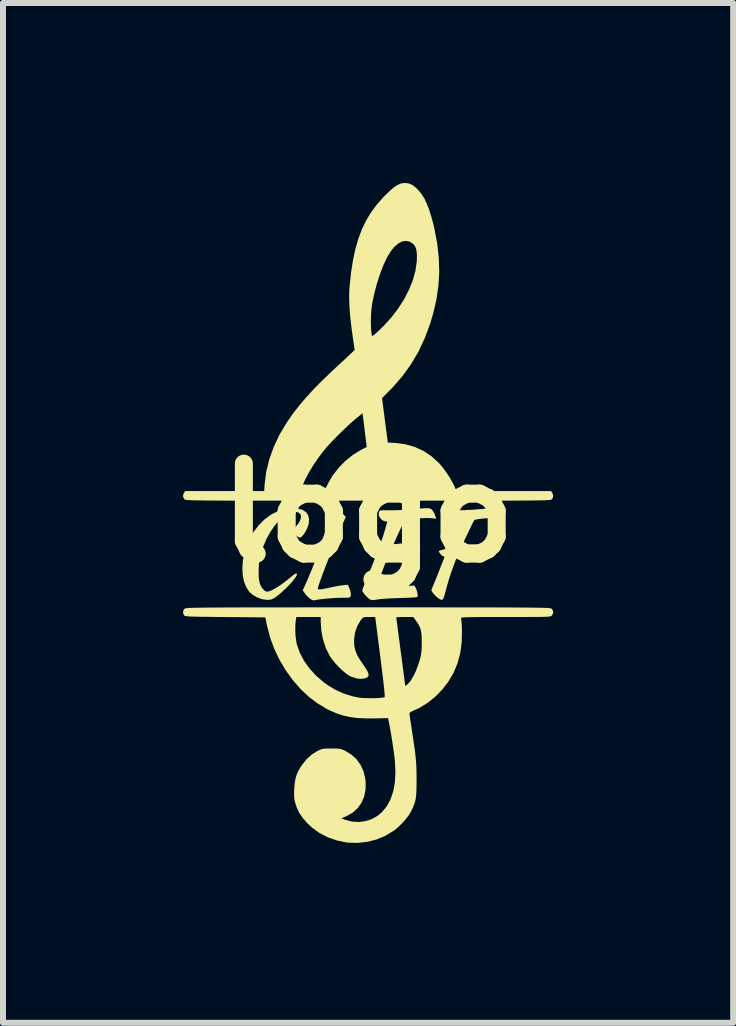
<source format=kicad_pcb>
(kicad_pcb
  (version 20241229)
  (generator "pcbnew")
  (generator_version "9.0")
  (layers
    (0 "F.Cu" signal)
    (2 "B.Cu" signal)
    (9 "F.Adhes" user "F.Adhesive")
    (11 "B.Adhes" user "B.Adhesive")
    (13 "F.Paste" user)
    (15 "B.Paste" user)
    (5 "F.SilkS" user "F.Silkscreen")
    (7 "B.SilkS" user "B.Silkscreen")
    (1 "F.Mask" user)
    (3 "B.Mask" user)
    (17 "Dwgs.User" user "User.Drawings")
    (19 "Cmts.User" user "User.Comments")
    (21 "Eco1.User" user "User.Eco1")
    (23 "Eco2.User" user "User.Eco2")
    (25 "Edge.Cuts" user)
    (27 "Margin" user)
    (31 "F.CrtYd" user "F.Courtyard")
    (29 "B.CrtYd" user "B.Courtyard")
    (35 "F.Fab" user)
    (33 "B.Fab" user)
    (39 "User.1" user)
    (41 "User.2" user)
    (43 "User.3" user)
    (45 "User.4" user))
  (footprint "logo"
    (layer "F.Cu")
    (at 3.086 5.5)
    (property "Reference" "logo" (at 0 0 0) (layer "F.SilkS") (effects (font (size 1.5 1.5) (thickness 0.3))))
    (attr board_only exclude_from_pos_files exclude_from_bom)
    (fp_poly (pts (xy -0.555 -0.084) (xy -0.514 -0.063) (xy -0.47 -0.032) (xy -0.429 0.004) (xy -0.412 0.022) (xy -0.372 0.067) (xy -0.428 0.194) (xy -0.458 0.262) (xy -0.492 0.343) (xy -0.529 0.433) (xy -0.568 0.53) (xy -0.608 0.631) (xy -0.648 0.734) (xy -0.687 0.834) (xy -0.724 0.931) (xy -0.758 1.02) (xy -0.787 1.1) (xy -0.811 1.167) (xy -0.828 1.218) (xy -0.838 1.251) (xy -0.84 1.261) (xy -0.834 1.271) (xy -0.815 1.275) (xy -0.781 1.273) (xy -0.729 1.264) (xy -0.657 1.249) (xy -0.622 1.241) (xy -0.565 1.229) (xy -0.507 1.218) (xy -0.459 1.21) (xy -0.456 1.21) (xy -0.413 1.205) (xy -0.377 1.2) (xy -0.363 1.197) (xy -0.343 1.199) (xy -0.328 1.217) (xy -0.318 1.238) (xy -0.295 1.304) (xy -0.288 1.356) (xy -0.291 1.383) (xy -0.295 1.396) (xy -0.302 1.405) (xy -0.317 1.41) (xy -0.344 1.413) (xy -0.387 1.414) (xy -0.445 1.414) (xy -0.505 1.415) (xy -0.577 1.419) (xy -0.653 1.425) (xy -0.729 1.432) (xy -0.799 1.44) (xy -0.856 1.448) (xy -0.896 1.456) (xy -0.902 1.458) (xy -0.923 1.454) (xy -0.954 1.439) (xy -0.97 1.428) (xy -1.008 1.395) (xy -1.045 1.355) (xy -1.054 1.342) (xy -1.09 1.291) (xy -1.027 1.152) (xy -0.929 0.92) (xy -0.838 0.682) (xy -0.757 0.445) (xy -0.689 0.215) (xy -0.659 0.102) (xy -0.641 0.029) (xy -0.627 -0.023) (xy -0.616 -0.058) (xy -0.606 -0.079) (xy -0.597 -0.09) (xy -0.587 -0.093) (xy -0.586 -0.093)) (stroke (width 0) (type solid)) (fill yes) (layer "F.SilkS"))
    (fp_poly (pts (xy -1.163 -0.072) (xy -1.089 -0.049) (xy -1.034 -0.012) (xy -0.999 0.039) (xy -0.984 0.103) (xy -0.99 0.179) (xy -0.995 0.198) (xy -1.012 0.247) (xy -1.036 0.298) (xy -1.065 0.345) (xy -1.095 0.383) (xy -1.121 0.407) (xy -1.132 0.411) (xy -1.159 0.405) (xy -1.192 0.384) (xy -1.224 0.355) (xy -1.246 0.324) (xy -1.248 0.318) (xy -1.252 0.3) (xy -1.247 0.281) (xy -1.23 0.257) (xy -1.198 0.22) (xy -1.152 0.161) (xy -1.126 0.106) (xy -1.118 0.059) (xy -1.128 0.021) (xy -1.156 -0.005) (xy -1.201 -0.017) (xy -1.256 -0.013) (xy -1.333 0.013) (xy -1.41 0.062) (xy -1.486 0.13) (xy -1.56 0.215) (xy -1.629 0.316) (xy -1.692 0.429) (xy -1.746 0.553) (xy -1.785 0.668) (xy -1.802 0.734) (xy -1.814 0.8) (xy -1.821 0.875) (xy -1.824 0.933) (xy -1.825 1.034) (xy -1.819 1.114) (xy -1.805 1.178) (xy -1.782 1.23) (xy -1.749 1.272) (xy -1.746 1.276) (xy -1.717 1.302) (xy -1.694 1.312) (xy -1.668 1.311) (xy -1.664 1.31) (xy -1.617 1.294) (xy -1.557 1.263) (xy -1.487 1.22) (xy -1.41 1.166) (xy -1.331 1.104) (xy -1.324 1.098) (xy -1.273 1.056) (xy -1.237 1.028) (xy -1.213 1.013) (xy -1.198 1.008) (xy -1.19 1.012) (xy -1.187 1.016) (xy -1.189 1.037) (xy -1.207 1.07) (xy -1.239 1.113) (xy -1.281 1.163) (xy -1.331 1.217) (xy -1.387 1.272) (xy -1.444 1.325) (xy -1.501 1.373) (xy -1.555 1.413) (xy -1.562 1.418) (xy -1.615 1.443) (xy -1.678 1.45) (xy -1.753 1.44) (xy -1.781 1.433) (xy -1.855 1.405) (xy -1.923 1.365) (xy -1.977 1.318) (xy -1.983 1.312) (xy -2.034 1.233) (xy -2.071 1.137) (xy -2.091 1.03) (xy -2.096 0.913) (xy -2.087 0.79) (xy -2.062 0.665) (xy -2.023 0.54) (xy -1.969 0.419) (xy -1.909 0.316) (xy -1.819 0.2) (xy -1.719 0.101) (xy -1.611 0.023) (xy -1.495 -0.034) (xy -1.376 -0.069) (xy -1.256 -0.08)) (stroke (width 0) (type solid)) (fill yes) (layer "F.SilkS"))
    (fp_poly (pts (xy 2.144 -0.078) (xy 2.165 -0.073) (xy 2.179 -0.066) (xy 2.191 -0.057) (xy 2.195 -0.052) (xy 2.216 -0.024) (xy 2.237 0.014) (xy 2.253 0.052) (xy 2.26 0.08) (xy 2.26 0.08) (xy 2.248 0.087) (xy 2.212 0.088) (xy 2.164 0.085) (xy 2.112 0.083) (xy 2.051 0.084) (xy 1.985 0.088) (xy 1.919 0.093) (xy 1.859 0.1) (xy 1.811 0.108) (xy 1.778 0.116) (xy 1.769 0.121) (xy 1.761 0.135) (xy 1.744 0.167) (xy 1.722 0.212) (xy 1.695 0.267) (xy 1.667 0.326) (xy 1.638 0.386) (xy 1.612 0.441) (xy 1.591 0.489) (xy 1.575 0.523) (xy 1.568 0.541) (xy 1.568 0.542) (xy 1.579 0.542) (xy 1.607 0.539) (xy 1.627 0.536) (xy 1.669 0.531) (xy 1.725 0.527) (xy 1.781 0.526) (xy 1.782 0.526) (xy 1.832 0.526) (xy 1.865 0.529) (xy 1.886 0.537) (xy 1.904 0.551) (xy 1.908 0.555) (xy 1.939 0.601) (xy 1.95 0.653) (xy 1.946 0.678) (xy 1.941 0.693) (xy 1.932 0.701) (xy 1.913 0.705) (xy 1.878 0.704) (xy 1.843 0.702) (xy 1.762 0.702) (xy 1.667 0.711) (xy 1.612 0.719) (xy 1.477 0.741) (xy 1.411 0.918) (xy 1.382 1) (xy 1.351 1.094) (xy 1.323 1.188) (xy 1.3 1.271) (xy 1.299 1.273) (xy 1.281 1.346) (xy 1.266 1.397) (xy 1.252 1.43) (xy 1.239 1.446) (xy 1.222 1.449) (xy 1.202 1.441) (xy 1.178 1.428) (xy 1.149 1.406) (xy 1.118 1.376) (xy 1.088 1.343) (xy 1.065 1.312) (xy 1.054 1.29) (xy 1.054 1.285) (xy 1.076 1.233) (xy 1.102 1.17) (xy 1.13 1.101) (xy 1.159 1.028) (xy 1.187 0.956) (xy 1.214 0.888) (xy 1.237 0.829) (xy 1.256 0.781) (xy 1.268 0.748) (xy 1.272 0.735) (xy 1.262 0.724) (xy 1.254 0.722) (xy 1.236 0.714) (xy 1.214 0.693) (xy 1.193 0.668) (xy 1.18 0.646) (xy 1.179 0.636) (xy 1.194 0.627) (xy 1.225 0.617) (xy 1.254 0.61) (xy 1.293 0.599) (xy 1.323 0.588) (xy 1.333 0.581) (xy 1.341 0.564) (xy 1.355 0.529) (xy 1.373 0.48) (xy 1.392 0.422) (xy 1.413 0.361) (xy 1.432 0.302) (xy 1.448 0.249) (xy 1.459 0.209) (xy 1.463 0.19) (xy 1.467 0.162) (xy 1.462 0.148) (xy 1.44 0.141) (xy 1.42 0.137) (xy 1.366 0.119) (xy 1.329 0.087) (xy 1.31 0.043) (xy 1.309 0.026) (xy 1.309 -0.005) (xy 1.314 -0.026) (xy 1.326 -0.039) (xy 1.35 -0.045) (xy 1.389 -0.047) (xy 1.448 -0.046) (xy 1.467 -0.045) (xy 1.53 -0.045) (xy 1.609 -0.047) (xy 1.698 -0.051) (xy 1.787 -0.056) (xy 1.841 -0.061) (xy 1.939 -0.069) (xy 2.014 -0.075) (xy 2.072 -0.078) (xy 2.114 -0.079)) (stroke (width 0) (type solid)) (fill yes) (layer "F.SilkS"))
    (fp_poly (pts (xy 1.023 -0.076) (xy 1.042 -0.07) (xy 1.055 -0.061) (xy 1.068 -0.049) (xy 1.09 -0.017) (xy 1.111 0.025) (xy 1.116 0.039) (xy 1.136 0.096) (xy 1.05 0.087) (xy 1.002 0.085) (xy 0.94 0.086) (xy 0.872 0.089) (xy 0.802 0.094) (xy 0.736 0.101) (xy 0.681 0.109) (xy 0.641 0.118) (xy 0.63 0.122) (xy 0.615 0.134) (xy 0.597 0.158) (xy 0.574 0.198) (xy 0.545 0.257) (xy 0.511 0.327) (xy 0.482 0.39) (xy 0.458 0.445) (xy 0.439 0.487) (xy 0.428 0.514) (xy 0.425 0.521) (xy 0.437 0.521) (xy 0.469 0.518) (xy 0.514 0.514) (xy 0.546 0.51) (xy 0.617 0.504) (xy 0.669 0.503) (xy 0.707 0.509) (xy 0.737 0.523) (xy 0.76 0.543) (xy 0.781 0.572) (xy 0.79 0.61) (xy 0.79 0.629) (xy 0.79 0.685) (xy 0.676 0.686) (xy 0.616 0.687) (xy 0.551 0.692) (xy 0.486 0.698) (xy 0.427 0.706) (xy 0.378 0.715) (xy 0.345 0.724) (xy 0.334 0.73) (xy 0.326 0.745) (xy 0.312 0.778) (xy 0.292 0.826) (xy 0.269 0.883) (xy 0.262 0.901) (xy 0.221 1.011) (xy 0.189 1.105) (xy 0.166 1.18) (xy 0.152 1.237) (xy 0.148 1.274) (xy 0.155 1.29) (xy 0.157 1.29) (xy 0.172 1.288) (xy 0.207 1.283) (xy 0.257 1.275) (xy 0.318 1.265) (xy 0.352 1.26) (xy 0.429 1.248) (xy 0.509 1.236) (xy 0.583 1.227) (xy 0.643 1.22) (xy 0.653 1.219) (xy 0.769 1.209) (xy 0.792 1.246) (xy 0.807 1.28) (xy 0.819 1.321) (xy 0.825 1.361) (xy 0.824 1.391) (xy 0.82 1.401) (xy 0.805 1.404) (xy 0.769 1.408) (xy 0.715 1.411) (xy 0.648 1.414) (xy 0.571 1.417) (xy 0.531 1.418) (xy 0.444 1.421) (xy 0.358 1.425) (xy 0.28 1.43) (xy 0.215 1.435) (xy 0.167 1.44) (xy 0.157 1.442) (xy 0.108 1.45) (xy 0.075 1.453) (xy 0.053 1.45) (xy 0.033 1.442) (xy 0.027 1.438) (xy -0.001 1.417) (xy -0.033 1.386) (xy -0.063 1.352) (xy -0.087 1.32) (xy -0.098 1.298) (xy -0.099 1.295) (xy -0.094 1.279) (xy -0.082 1.244) (xy -0.063 1.194) (xy -0.039 1.135) (xy -0.021 1.09) (xy 0.022 0.987) (xy 0.056 0.905) (xy 0.081 0.841) (xy 0.1 0.793) (xy 0.111 0.758) (xy 0.118 0.735) (xy 0.119 0.721) (xy 0.116 0.715) (xy 0.113 0.713) (xy 0.089 0.699) (xy 0.061 0.676) (xy 0.037 0.652) (xy 0.025 0.632) (xy 0.025 0.629) (xy 0.035 0.618) (xy 0.063 0.604) (xy 0.098 0.59) (xy 0.135 0.579) (xy 0.166 0.574) (xy 0.168 0.574) (xy 0.179 0.563) (xy 0.195 0.532) (xy 0.215 0.484) (xy 0.237 0.425) (xy 0.259 0.357) (xy 0.281 0.284) (xy 0.29 0.25) (xy 0.319 0.142) (xy 0.29 0.142) (xy 0.256 0.132) (xy 0.22 0.106) (xy 0.192 0.073) (xy 0.179 0.045) (xy 0.177 0.009) (xy 0.182 -0.017) (xy 0.187 -0.028) (xy 0.195 -0.036) (xy 0.21 -0.041) (xy 0.236 -0.044) (xy 0.277 -0.045) (xy 0.336 -0.045) (xy 0.371 -0.044) (xy 0.452 -0.045) (xy 0.547 -0.048) (xy 0.644 -0.053) (xy 0.733 -0.06) (xy 0.747 -0.061) (xy 0.838 -0.07) (xy 0.908 -0.076) (xy 0.96 -0.079) (xy 0.997 -0.079)) (stroke (width 0) (type solid)) (fill yes) (layer "F.SilkS"))
    (fp_poly (pts (xy 0.65 -5.497) (xy 0.696 -5.486) (xy 0.742 -5.464) (xy 0.794 -5.423) (xy 0.847 -5.37) (xy 0.896 -5.308) (xy 0.937 -5.242) (xy 0.942 -5.233) (xy 0.981 -5.148) (xy 1.021 -5.043) (xy 1.058 -4.924) (xy 1.091 -4.798) (xy 1.103 -4.748) (xy 1.151 -4.495) (xy 1.178 -4.252) (xy 1.186 -4.017) (xy 1.172 -3.785) (xy 1.138 -3.554) (xy 1.083 -3.319) (xy 1.036 -3.161) (xy 0.945 -2.915) (xy 0.838 -2.686) (xy 0.712 -2.474) (xy 0.568 -2.275) (xy 0.405 -2.088) (xy 0.373 -2.056) (xy 0.232 -1.914) (xy 0.28 -1.544) (xy 0.328 -1.173) (xy 0.457 -1.166) (xy 0.622 -1.144) (xy 0.776 -1.101) (xy 0.92 -1.035) (xy 1.053 -0.947) (xy 1.175 -0.836) (xy 1.192 -0.819) (xy 1.249 -0.752) (xy 1.307 -0.671) (xy 1.363 -0.586) (xy 1.41 -0.504) (xy 1.44 -0.443) (xy 1.473 -0.364) (xy 2.261 -0.364) (xy 3.049 -0.364) (xy 3.068 -0.337) (xy 3.085 -0.294) (xy 3.08 -0.253) (xy 3.062 -0.228) (xy 3.059 -0.226) (xy 3.056 -0.223) (xy 3.05 -0.221) (xy 3.042 -0.219) (xy 3.03 -0.217) (xy 3.014 -0.215) (xy 2.992 -0.214) (xy 2.964 -0.212) (xy 2.929 -0.211) (xy 2.886 -0.21) (xy 2.833 -0.209) (xy 2.77 -0.208) (xy 2.697 -0.207) (xy 2.611 -0.207) (xy 2.513 -0.206) (xy 2.401 -0.205) (xy 2.275 -0.205) (xy 2.133 -0.205) (xy 1.975 -0.204) (xy 1.799 -0.204) (xy 1.605 -0.204) (xy 1.392 -0.204) (xy 1.158 -0.204) (xy 0.904 -0.204) (xy 0.628 -0.204) (xy 0.329 -0.204) (xy 0.006 -0.204) (xy -0.000001 -0.204) (xy -0.323 -0.204) (xy -0.623 -0.204) (xy -0.899 -0.204) (xy -1.154 -0.204) (xy -1.388 -0.204) (xy -1.601 -0.204) (xy -1.796 -0.204) (xy -1.972 -0.204) (xy -2.13 -0.205) (xy -2.273 -0.205) (xy -2.399 -0.205) (xy -2.511 -0.206) (xy -2.61 -0.207) (xy -2.695 -0.207) (xy -2.769 -0.208) (xy -2.832 -0.209) (xy -2.885 -0.21) (xy -2.928 -0.211) (xy -2.964 -0.212) (xy -2.992 -0.214) (xy -3.014 -0.215) (xy -3.03 -0.217) (xy -3.042 -0.219) (xy -3.05 -0.221) (xy -3.056 -0.223) (xy -3.059 -0.226) (xy -3.062 -0.228) (xy -3.062 -0.228) (xy -3.084 -0.265) (xy -3.082 -0.307) (xy -3.068 -0.337) (xy -3.049 -0.364) (xy -2.39 -0.364) (xy -1.732 -0.364) (xy -1.125 -0.364) (xy -0.928 -0.364) (xy -0.731 -0.364) (xy -0.675 -0.478) (xy -0.595 -0.618) (xy -0.494 -0.749) (xy -0.378 -0.868) (xy -0.25 -0.971) (xy -0.113 -1.054) (xy -0.095 -1.063) (xy -0.024 -1.098) (xy -0.032 -1.173) (xy -0.037 -1.211) (xy -0.044 -1.267) (xy -0.052 -1.336) (xy -0.061 -1.41) (xy -0.067 -1.455) (xy -0.093 -1.663) (xy -0.216 -1.561) (xy -0.287 -1.5) (xy -0.365 -1.428) (xy -0.448 -1.348) (xy -0.53 -1.267) (xy -0.608 -1.187) (xy -0.676 -1.113) (xy -0.73 -1.05) (xy -0.74 -1.038) (xy -0.831 -0.917) (xy -0.914 -0.795) (xy -0.987 -0.674) (xy -1.048 -0.559) (xy -1.095 -0.454) (xy -1.117 -0.392) (xy -1.125 -0.364) (xy -1.732 -0.364) (xy -1.724 -0.485) (xy -1.698 -0.689) (xy -1.647 -0.895) (xy -1.573 -1.101) (xy -1.476 -1.306) (xy -1.356 -1.508) (xy -1.341 -1.529) (xy -1.25 -1.66) (xy -1.149 -1.79) (xy -1.037 -1.922) (xy -0.912 -2.058) (xy -0.771 -2.201) (xy -0.612 -2.354) (xy -0.561 -2.402) (xy -0.495 -2.463) (xy -0.431 -2.522) (xy -0.374 -2.575) (xy -0.327 -2.62) (xy -0.292 -2.652) (xy -0.276 -2.667) (xy -0.224 -2.717) (xy -0.247 -2.871) (xy -0.276 -3.079) (xy -0.29 -3.199) (xy 0.046 -3.199) (xy 0.047 -3.114) (xy 0.051 -3.042) (xy 0.054 -3.016) (xy 0.064 -2.945) (xy 0.103 -2.972) (xy 0.127 -2.992) (xy 0.163 -3.025) (xy 0.207 -3.066) (xy 0.253 -3.111) (xy 0.253 -3.112) (xy 0.384 -3.254) (xy 0.5 -3.406) (xy 0.6 -3.562) (xy 0.682 -3.722) (xy 0.746 -3.881) (xy 0.789 -4.038) (xy 0.811 -4.189) (xy 0.812 -4.207) (xy 0.814 -4.296) (xy 0.808 -4.364) (xy 0.795 -4.417) (xy 0.773 -4.458) (xy 0.746 -4.488) (xy 0.69 -4.523) (xy 0.63 -4.535) (xy 0.567 -4.525) (xy 0.504 -4.493) (xy 0.441 -4.439) (xy 0.38 -4.365) (xy 0.322 -4.271) (xy 0.305 -4.238) (xy 0.248 -4.114) (xy 0.195 -3.972) (xy 0.146 -3.82) (xy 0.105 -3.666) (xy 0.073 -3.517) (xy 0.062 -3.447) (xy 0.053 -3.373) (xy 0.048 -3.288) (xy 0.046 -3.199) (xy -0.29 -3.199) (xy -0.298 -3.265) (xy -0.311 -3.431) (xy -0.316 -3.578) (xy -0.314 -3.708) (xy -0.309 -3.772) (xy -0.285 -4.002) (xy -0.253 -4.209) (xy -0.213 -4.398) (xy -0.163 -4.57) (xy -0.104 -4.727) (xy -0.034 -4.872) (xy 0.047 -5.008) (xy 0.142 -5.136) (xy 0.25 -5.259) (xy 0.283 -5.293) (xy 0.362 -5.369) (xy 0.429 -5.427) (xy 0.488 -5.466) (xy 0.543 -5.49) (xy 0.596 -5.5)) (stroke (width 0) (type solid)) (fill yes) (layer "F.SilkS"))
    (fp_poly (pts (xy 0.323 1.574) (xy 0.623 1.574) (xy 0.899 1.574) (xy 1.154 1.574) (xy 1.388 1.575) (xy 1.601 1.575) (xy 1.796 1.575) (xy 1.972 1.575) (xy 2.13 1.575) (xy 2.273 1.576) (xy 2.399 1.576) (xy 2.511 1.577) (xy 2.61 1.577) (xy 2.695 1.578) (xy 2.769 1.579) (xy 2.832 1.58) (xy 2.885 1.581) (xy 2.928 1.582) (xy 2.964 1.583) (xy 2.992 1.584) (xy 3.014 1.586) (xy 3.03 1.588) (xy 3.042 1.59) (xy 3.05 1.592) (xy 3.056 1.594) (xy 3.059 1.596) (xy 3.062 1.599) (xy 3.062 1.599) (xy 3.084 1.636) (xy 3.083 1.676) (xy 3.062 1.71) (xy 3.057 1.715) (xy 3.049 1.72) (xy 3.038 1.723) (xy 3.022 1.726) (xy 2.998 1.729) (xy 2.966 1.731) (xy 2.922 1.732) (xy 2.865 1.733) (xy 2.793 1.734) (xy 2.704 1.734) (xy 2.597 1.735) (xy 2.469 1.735) (xy 2.319 1.735) (xy 2.289 1.735) (xy 2.135 1.735) (xy 2.003 1.735) (xy 1.892 1.735) (xy 1.801 1.736) (xy 1.727 1.737) (xy 1.669 1.738) (xy 1.624 1.739) (xy 1.592 1.741) (xy 1.57 1.743) (xy 1.557 1.746) (xy 1.55 1.749) (xy 1.549 1.753) (xy 1.549 1.757) (xy 1.553 1.776) (xy 1.557 1.816) (xy 1.561 1.869) (xy 1.564 1.932) (xy 1.564 1.951) (xy 1.561 2.148) (xy 1.536 2.334) (xy 1.49 2.507) (xy 1.423 2.667) (xy 1.339 2.81) (xy 1.237 2.943) (xy 1.12 3.063) (xy 0.992 3.166) (xy 0.856 3.249) (xy 0.781 3.284) (xy 0.732 3.306) (xy 0.703 3.323) (xy 0.69 3.337) (xy 0.688 3.348) (xy 0.691 3.366) (xy 0.697 3.405) (xy 0.705 3.461) (xy 0.716 3.53) (xy 0.727 3.608) (xy 0.734 3.649) (xy 0.753 3.775) (xy 0.768 3.882) (xy 0.781 3.972) (xy 0.79 4.05) (xy 0.797 4.12) (xy 0.802 4.186) (xy 0.805 4.252) (xy 0.807 4.323) (xy 0.807 4.402) (xy 0.808 4.445) (xy 0.807 4.551) (xy 0.805 4.637) (xy 0.801 4.707) (xy 0.793 4.766) (xy 0.781 4.818) (xy 0.764 4.868) (xy 0.742 4.921) (xy 0.72 4.968) (xy 0.675 5.042) (xy 0.614 5.121) (xy 0.542 5.198) (xy 0.465 5.268) (xy 0.425 5.298) (xy 0.289 5.381) (xy 0.143 5.442) (xy -0.01 5.482) (xy -0.167 5.499) (xy -0.21 5.499) (xy -0.265 5.498) (xy -0.314 5.496) (xy -0.348 5.494) (xy -0.358 5.493) (xy -0.527 5.457) (xy -0.678 5.404) (xy -0.814 5.333) (xy -0.936 5.244) (xy -1.021 5.164) (xy -1.093 5.08) (xy -1.148 4.999) (xy -1.189 4.912) (xy -1.21 4.849) (xy -1.222 4.806) (xy -1.23 4.767) (xy -1.233 4.725) (xy -1.234 4.672) (xy -1.232 4.608) (xy -1.224 4.508) (xy -1.21 4.425) (xy -1.187 4.351) (xy -1.152 4.279) (xy -1.109 4.21) (xy -1.026 4.105) (xy -0.931 4.021) (xy -0.84 3.966) (xy -0.805 3.949) (xy -0.775 3.938) (xy -0.745 3.931) (xy -0.708 3.928) (xy -0.657 3.927) (xy -0.611 3.927) (xy -0.547 3.927) (xy -0.501 3.929) (xy -0.466 3.933) (xy -0.437 3.942) (xy -0.405 3.955) (xy -0.383 3.965) (xy -0.279 4.028) (xy -0.192 4.107) (xy -0.124 4.203) (xy -0.075 4.311) (xy -0.047 4.433) (xy -0.041 4.489) (xy -0.043 4.615) (xy -0.067 4.73) (xy -0.111 4.832) (xy -0.174 4.921) (xy -0.256 4.995) (xy -0.356 5.052) (xy -0.378 5.062) (xy -0.448 5.09) (xy -0.379 5.116) (xy -0.268 5.145) (xy -0.154 5.152) (xy -0.042 5.137) (xy 0.065 5.102) (xy 0.162 5.046) (xy 0.233 4.985) (xy 0.313 4.886) (xy 0.375 4.771) (xy 0.419 4.638) (xy 0.446 4.489) (xy 0.455 4.323) (xy 0.447 4.139) (xy 0.446 4.134) (xy 0.439 4.068) (xy 0.428 3.983) (xy 0.414 3.886) (xy 0.398 3.782) (xy 0.381 3.678) (xy 0.364 3.58) (xy 0.347 3.493) (xy 0.345 3.482) (xy 0.333 3.42) (xy 0.091 3.425) (xy -0.06 3.424) (xy -0.191 3.417) (xy -0.309 3.401) (xy -0.419 3.376) (xy -0.525 3.341) (xy -0.634 3.294) (xy -0.679 3.272) (xy -0.836 3.179) (xy -0.987 3.066) (xy -1.128 2.933) (xy -1.258 2.783) (xy -1.376 2.619) (xy -1.48 2.444) (xy -1.567 2.259) (xy -1.637 2.068) (xy -1.664 1.96) (xy -1.214 1.96) (xy -1.209 2.053) (xy -1.198 2.14) (xy -1.187 2.195) (xy -1.139 2.33) (xy -1.069 2.463) (xy -0.979 2.59) (xy -0.87 2.71) (xy -0.744 2.819) (xy -0.668 2.874) (xy -0.542 2.95) (xy -0.411 3.009) (xy -0.269 3.054) (xy -0.167 3.076) (xy -0.124 3.082) (xy -0.068 3.086) (xy -0.003 3.088) (xy 0.065 3.088) (xy 0.131 3.087) (xy 0.19 3.084) (xy 0.237 3.08) (xy 0.267 3.074) (xy 0.275 3.07) (xy 0.277 3.057) (xy 0.275 3.023) (xy 0.271 2.968) (xy 0.263 2.891) (xy 0.252 2.792) (xy 0.237 2.67) (xy 0.219 2.525) (xy 0.203 2.396) (xy 0.119 1.741) (xy 0.469 1.741) (xy 0.471 1.754) (xy 0.475 1.789) (xy 0.482 1.844) (xy 0.492 1.916) (xy 0.503 2.002) (xy 0.516 2.101) (xy 0.531 2.209) (xy 0.543 2.306) (xy 0.559 2.421) (xy 0.573 2.528) (xy 0.585 2.625) (xy 0.596 2.71) (xy 0.606 2.78) (xy 0.612 2.833) (xy 0.616 2.865) (xy 0.617 2.875) (xy 0.624 2.881) (xy 0.642 2.87) (xy 0.667 2.846) (xy 0.696 2.814) (xy 0.718 2.783) (xy 0.758 2.716) (xy 0.798 2.63) (xy 0.835 2.532) (xy 0.867 2.429) (xy 0.867 2.428) (xy 0.879 2.377) (xy 0.887 2.324) (xy 0.892 2.262) (xy 0.894 2.184) (xy 0.894 2.161) (xy 0.893 2.071) (xy 0.887 1.999) (xy 0.875 1.94) (xy 0.855 1.887) (xy 0.826 1.836) (xy 0.796 1.794) (xy 0.753 1.735) (xy 0.611 1.735) (xy 0.555 1.735) (xy 0.51 1.737) (xy 0.479 1.739) (xy 0.469 1.741) (xy 0.119 1.741) (xy 0.118 1.735) (xy 0.017 1.735) (xy -0.033 1.735) (xy -0.065 1.738) (xy -0.085 1.745) (xy -0.1 1.757) (xy -0.114 1.775) (xy -0.177 1.877) (xy -0.217 1.989) (xy -0.234 2.109) (xy -0.234 2.138) (xy -0.23 2.217) (xy -0.214 2.289) (xy -0.186 2.362) (xy -0.142 2.439) (xy -0.093 2.511) (xy -0.044 2.583) (xy -0.011 2.638) (xy 0.006 2.681) (xy 0.008 2.712) (xy -0.007 2.735) (xy -0.036 2.751) (xy -0.064 2.76) (xy -0.125 2.766) (xy -0.197 2.757) (xy -0.272 2.733) (xy -0.313 2.714) (xy -0.363 2.681) (xy -0.421 2.633) (xy -0.483 2.574) (xy -0.543 2.51) (xy -0.596 2.446) (xy -0.637 2.387) (xy -0.642 2.379) (xy -0.706 2.25) (xy -0.753 2.106) (xy -0.781 1.956) (xy -0.79 1.814) (xy -0.79 1.735) (xy -0.993 1.735) (xy -1.196 1.735) (xy -1.206 1.794) (xy -1.213 1.87) (xy -1.214 1.96) (xy -1.664 1.96) (xy -1.686 1.877) (xy -1.713 1.741) (xy -2.383 1.735) (xy -2.528 1.734) (xy -2.651 1.732) (xy -2.753 1.731) (xy -2.837 1.73) (xy -2.904 1.728) (xy -2.956 1.727) (xy -2.995 1.724) (xy -3.023 1.722) (xy -3.043 1.719) (xy -3.055 1.715) (xy -3.063 1.711) (xy -3.068 1.706) (xy -3.069 1.705) (xy -3.086 1.664) (xy -3.079 1.623) (xy -3.062 1.599) (xy -3.059 1.596) (xy -3.056 1.594) (xy -3.05 1.592) (xy -3.042 1.59) (xy -3.03 1.588) (xy -3.014 1.586) (xy -2.992 1.584) (xy -2.964 1.583) (xy -2.929 1.582) (xy -2.886 1.581) (xy -2.833 1.58) (xy -2.77 1.579) (xy -2.697 1.578) (xy -2.611 1.577) (xy -2.513 1.577) (xy -2.401 1.576) (xy -2.275 1.576) (xy -2.133 1.575) (xy -1.975 1.575) (xy -1.799 1.575) (xy -1.605 1.575) (xy -1.392 1.575) (xy -1.158 1.574) (xy -0.904 1.574) (xy -0.628 1.574) (xy -0.329 1.574) (xy -0.006 1.574) (xy -0.000001 1.574)) (stroke (width 0) (type solid)) (fill yes) (layer "F.SilkS")))
  (gr_rect
    (start -3 -3)
    (end 9.171 13.999)
    (stroke (width 0.1) (type default))
    (fill no)
    (layer "Edge.Cuts")))
</source>
